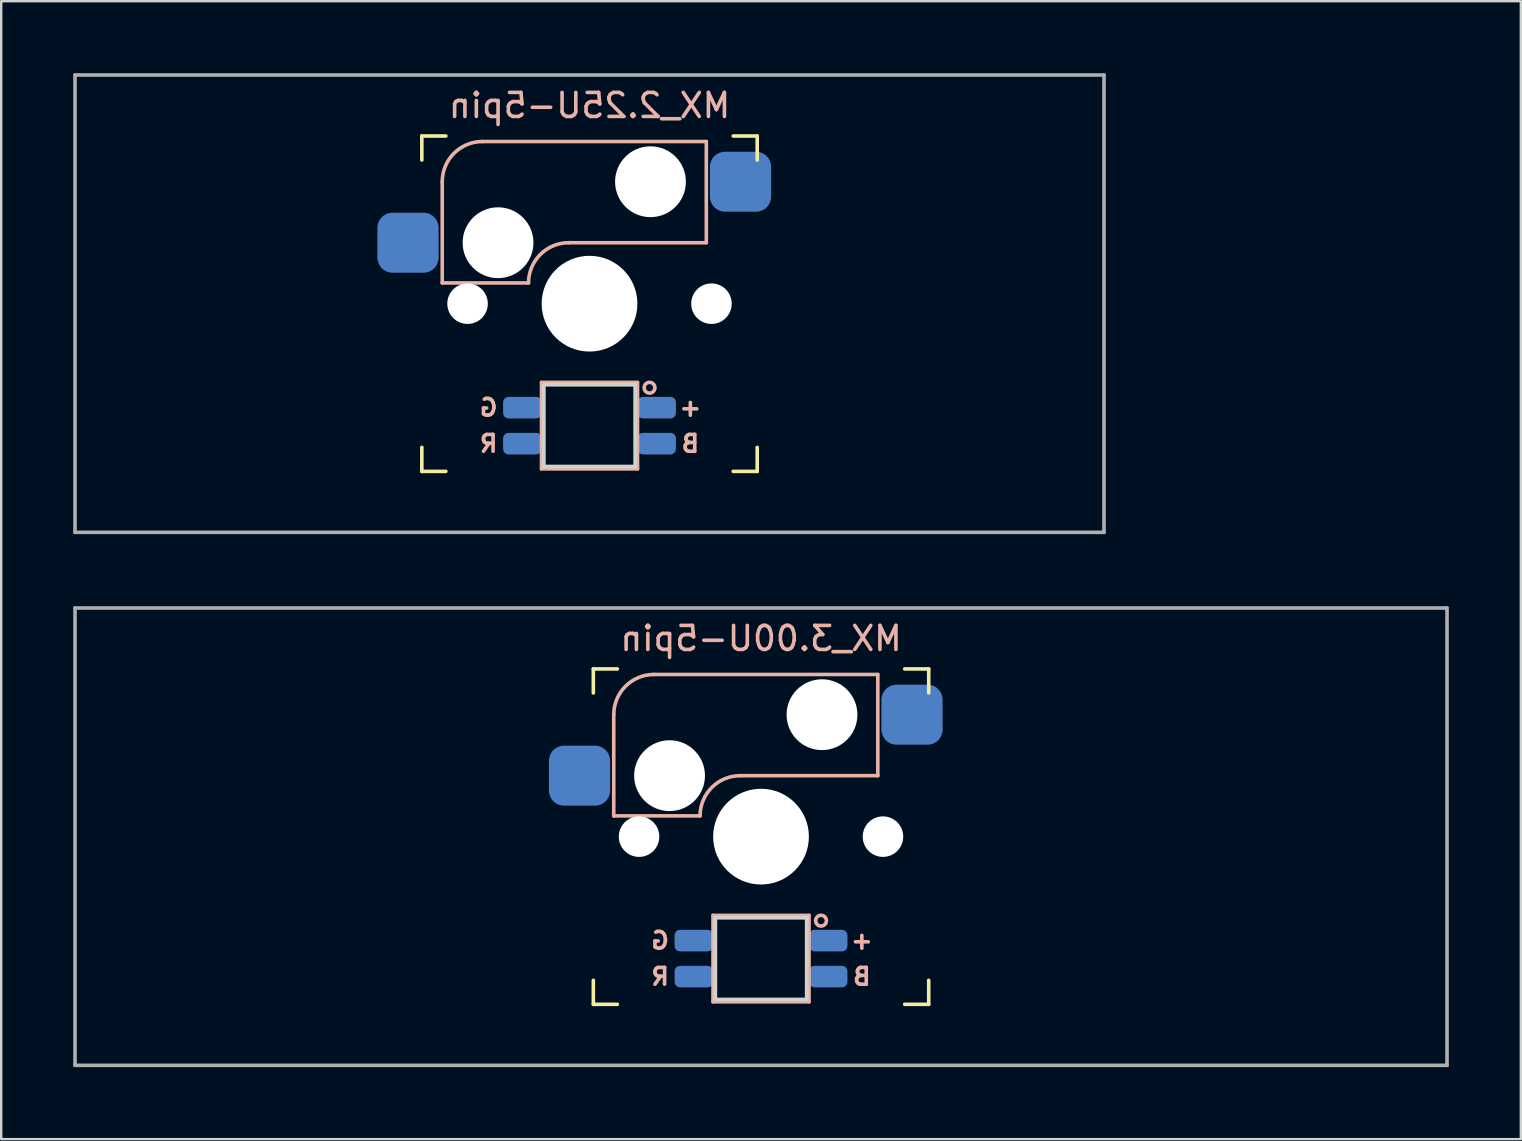
<source format=kicad_pcb>
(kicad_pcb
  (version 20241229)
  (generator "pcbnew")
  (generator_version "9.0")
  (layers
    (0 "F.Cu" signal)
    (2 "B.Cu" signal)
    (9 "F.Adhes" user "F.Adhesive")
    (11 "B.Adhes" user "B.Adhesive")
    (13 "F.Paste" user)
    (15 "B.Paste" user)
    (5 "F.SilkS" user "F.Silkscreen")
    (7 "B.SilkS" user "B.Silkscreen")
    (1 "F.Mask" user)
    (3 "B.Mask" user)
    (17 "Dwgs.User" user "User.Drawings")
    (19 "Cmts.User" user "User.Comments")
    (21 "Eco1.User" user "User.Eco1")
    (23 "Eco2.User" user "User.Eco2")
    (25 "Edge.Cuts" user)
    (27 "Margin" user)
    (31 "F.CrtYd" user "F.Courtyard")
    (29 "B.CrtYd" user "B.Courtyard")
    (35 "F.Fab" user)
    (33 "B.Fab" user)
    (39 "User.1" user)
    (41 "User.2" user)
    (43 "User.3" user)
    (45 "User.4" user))
  (footprint "MX_3.00U-5pin"
    (layer "F.Cu")
    (at 28.65 31.8)
    (property "Reference" "MX_3.00U-5pin" (at 0 -8.255 0) (layer "B.SilkS") (effects (font (size 1 1) (thickness 0.15)) (justify mirror)))
    (attr smd)
    (fp_line (start -6.985 -5.985) (end -6.985 -6.985) (stroke (width 0.15) (type solid)) (layer "F.SilkS"))
    (fp_line (start -6.985 6.985) (end -6.985 5.985) (stroke (width 0.15) (type solid)) (layer "F.SilkS"))
    (fp_line (start -6.985 6.985) (end -5.985 6.985) (stroke (width 0.15) (type solid)) (layer "F.SilkS"))
    (fp_line (start -5.985 -6.985) (end -6.985 -6.985) (stroke (width 0.15) (type solid)) (layer "F.SilkS"))
    (fp_line (start 5.985 6.985) (end 6.985 6.985) (stroke (width 0.15) (type solid)) (layer "F.SilkS"))
    (fp_line (start 6.985 -6.985) (end 5.985 -6.985) (stroke (width 0.15) (type solid)) (layer "F.SilkS"))
    (fp_line (start 6.985 -6.985) (end 6.985 -5.985) (stroke (width 0.15) (type solid)) (layer "F.SilkS"))
    (fp_line (start 6.985 5.985) (end 6.985 6.985) (stroke (width 0.15) (type solid)) (layer "F.SilkS"))
    (fp_line (start -6.135 -5.08) (end -6.135 -0.865) (stroke (width 0.15) (type solid)) (layer "B.SilkS"))
    (fp_line (start -6.135 -0.865) (end -2.54 -0.865) (stroke (width 0.15) (type solid)) (layer "B.SilkS"))
    (fp_line (start -4.46 -6.755) (end 4.865 -6.755) (stroke (width 0.15) (type solid)) (layer "B.SilkS"))
    (fp_line (start -2 3.28) (end -2 6.88) (stroke (width 0.15) (type solid)) (layer "B.SilkS"))
    (fp_line (start -2 6.88) (end 2 6.88) (stroke (width 0.15) (type solid)) (layer "B.SilkS"))
    (fp_line (start -0.865 -2.54) (end 4.865 -2.54) (stroke (width 0.15) (type solid)) (layer "B.SilkS"))
    (fp_line (start 2 3.28) (end -2 3.28) (stroke (width 0.15) (type solid)) (layer "B.SilkS"))
    (fp_line (start 2 6.88) (end 2 3.28) (stroke (width 0.15) (type solid)) (layer "B.SilkS"))
    (fp_line (start 4.865 -6.755) (end 4.865 -2.54) (stroke (width 0.15) (type solid)) (layer "B.SilkS"))
    (fp_arc (start -6.135 -5.08) (mid -5.644404 -6.264404) (end -4.46 -6.755) (stroke (width 0.15) (type solid)) (layer "B.SilkS"))
    (fp_arc (start -2.54 -0.865) (mid -2.049404 -2.049404) (end -0.865 -2.54) (stroke (width 0.15) (type solid)) (layer "B.SilkS"))
    (fp_circle (center 2.5 3.5) (end 2.724 3.5) (stroke (width 0.15) (type solid)) (fill no) (layer "B.SilkS"))
    (fp_line (start -6.985 6.985) (end -6.985 -6.985) (stroke (width 0.15) (type solid)) (layer "Eco2.User"))
    (fp_line (start -6.985 6.985) (end 6.985 6.985) (stroke (width 0.15) (type solid)) (layer "Eco2.User"))
    (fp_line (start 6.985 -6.985) (end -6.985 -6.985) (stroke (width 0.15) (type solid)) (layer "Eco2.User"))
    (fp_line (start 6.985 -6.985) (end 6.985 6.985) (stroke (width 0.15) (type solid)) (layer "Eco2.User"))
    (fp_line (start -1.9 3.38) (end -1.9 6.78) (stroke (width 0.15) (type solid)) (layer "Edge.Cuts"))
    (fp_line (start -1.9 3.38) (end 1.9 3.38) (stroke (width 0.15) (type solid)) (layer "Edge.Cuts"))
    (fp_line (start -1.9 6.78) (end 1.9 6.78) (stroke (width 0.15) (type solid)) (layer "Edge.Cuts"))
    (fp_line (start 1.9 3.38) (end 1.9 6.78) (stroke (width 0.15) (type solid)) (layer "Edge.Cuts"))
    (fp_line (start -28.575 -9.525) (end 28.575 -9.525) (stroke (width 0.15) (type solid)) (layer "F.Fab"))
    (fp_line (start -28.575 9.525) (end -28.575 -9.525) (stroke (width 0.15) (type solid)) (layer "F.Fab"))
    (fp_line (start 28.575 -9.525) (end 28.575 9.525) (stroke (width 0.15) (type solid)) (layer "F.Fab"))
    (fp_line (start 28.575 9.525) (end -28.575 9.525) (stroke (width 0.15) (type solid)) (layer "F.Fab"))
    (fp_text user "B" (at 4.2 5.83 0) (layer "B.SilkS") (effects (font (size 0.7 0.7) (thickness 0.15)) (justify mirror)))
    (fp_text user "+" (at 4.2 4.33 0) (layer "B.SilkS") (effects (font (size 0.7 0.7) (thickness 0.15)) (justify mirror)))
    (fp_text user "G" (at -4.2 4.33 0) (layer "B.SilkS") (effects (font (size 0.7 0.7) (thickness 0.15)) (justify mirror)))
    (fp_text user "R" (at -4.2 5.83 0) (layer "B.SilkS") (effects (font (size 0.7 0.7) (thickness 0.15)) (justify mirror)))
    (pad "" np_thru_hole circle (at -5.08 0) (size 1.688 1.688) (drill 1.688) (layers "*.Cu" "*.Mask"))
    (pad "" np_thru_hole circle (at -3.81 -2.54) (size 2.95 2.95) (drill 2.95) (layers "*.Cu" "*.Mask"))
    (pad "" np_thru_hole circle (at 0 0) (size 3.988 3.988) (drill 3.988) (layers "*.Cu" "*.Mask"))
    (pad "" np_thru_hole circle (at 2.54 -5.08) (size 2.95 2.95) (drill 2.95) (layers "*.Cu" "*.Mask"))
    (pad "" np_thru_hole circle (at 5.08 0) (size 1.688 1.688) (drill 1.688) (layers "*.Cu" "*.Mask"))
    (pad "1" smd roundrect (at 6.29 -5.08) (size 2.55 2.5) (layers "B.Cu" "B.Mask" "B.Paste") (roundrect_rratio 0.25))
    (pad "2" smd roundrect (at -7.56 -2.54) (size 2.55 2.5) (layers "B.Cu" "B.Mask" "B.Paste") (roundrect_rratio 0.25))
    (pad "3" smd roundrect (at 2.8 4.33) (size 1.6 0.9) (layers "B.Cu" "B.Mask" "B.Paste") (roundrect_rratio 0.25))
    (pad "4" smd roundrect (at -2.8 5.83) (size 1.6 0.9) (layers "B.Cu" "B.Mask" "B.Paste") (roundrect_rratio 0.25))
    (pad "5" smd roundrect (at -2.8 4.33) (size 1.6 0.9) (layers "B.Cu" "B.Mask" "B.Paste") (roundrect_rratio 0.25))
    (pad "6" smd roundrect (at 2.8 5.83) (size 1.6 0.9) (layers "B.Cu" "B.Mask" "B.Paste") (roundrect_rratio 0.25)))
  (footprint "MX_2.25U-5pin"
    (layer "F.Cu")
    (at 21.506 9.6)
    (property "Reference" "MX_2.25U-5pin" (at 0 -8.255 0) (layer "B.SilkS") (effects (font (size 1 1) (thickness 0.15)) (justify mirror)))
    (attr smd)
    (fp_line (start -6.985 -5.985) (end -6.985 -6.985) (stroke (width 0.15) (type solid)) (layer "F.SilkS"))
    (fp_line (start -6.985 6.985) (end -6.985 5.985) (stroke (width 0.15) (type solid)) (layer "F.SilkS"))
    (fp_line (start -6.985 6.985) (end -5.985 6.985) (stroke (width 0.15) (type solid)) (layer "F.SilkS"))
    (fp_line (start -5.985 -6.985) (end -6.985 -6.985) (stroke (width 0.15) (type solid)) (layer "F.SilkS"))
    (fp_line (start 5.985 6.985) (end 6.985 6.985) (stroke (width 0.15) (type solid)) (layer "F.SilkS"))
    (fp_line (start 6.985 -6.985) (end 5.985 -6.985) (stroke (width 0.15) (type solid)) (layer "F.SilkS"))
    (fp_line (start 6.985 -6.985) (end 6.985 -5.985) (stroke (width 0.15) (type solid)) (layer "F.SilkS"))
    (fp_line (start 6.985 5.985) (end 6.985 6.985) (stroke (width 0.15) (type solid)) (layer "F.SilkS"))
    (fp_line (start -6.135 -5.08) (end -6.135 -0.865) (stroke (width 0.15) (type solid)) (layer "B.SilkS"))
    (fp_line (start -6.135 -0.865) (end -2.54 -0.865) (stroke (width 0.15) (type solid)) (layer "B.SilkS"))
    (fp_line (start -4.46 -6.755) (end 4.865 -6.755) (stroke (width 0.15) (type solid)) (layer "B.SilkS"))
    (fp_line (start -2 3.28) (end -2 6.88) (stroke (width 0.15) (type solid)) (layer "B.SilkS"))
    (fp_line (start -2 6.88) (end 2 6.88) (stroke (width 0.15) (type solid)) (layer "B.SilkS"))
    (fp_line (start -0.865 -2.54) (end 4.865 -2.54) (stroke (width 0.15) (type solid)) (layer "B.SilkS"))
    (fp_line (start 2 3.28) (end -2 3.28) (stroke (width 0.15) (type solid)) (layer "B.SilkS"))
    (fp_line (start 2 6.88) (end 2 3.28) (stroke (width 0.15) (type solid)) (layer "B.SilkS"))
    (fp_line (start 4.865 -6.755) (end 4.865 -2.54) (stroke (width 0.15) (type solid)) (layer "B.SilkS"))
    (fp_arc (start -6.135 -5.08) (mid -5.644404 -6.264404) (end -4.46 -6.755) (stroke (width 0.15) (type solid)) (layer "B.SilkS"))
    (fp_arc (start -2.54 -0.865) (mid -2.049404 -2.049404) (end -0.865 -2.54) (stroke (width 0.15) (type solid)) (layer "B.SilkS"))
    (fp_circle (center 2.5 3.5) (end 2.724 3.5) (stroke (width 0.15) (type solid)) (fill no) (layer "B.SilkS"))
    (fp_line (start -6.985 6.985) (end -6.985 -6.985) (stroke (width 0.15) (type solid)) (layer "Eco2.User"))
    (fp_line (start -6.985 6.985) (end 6.985 6.985) (stroke (width 0.15) (type solid)) (layer "Eco2.User"))
    (fp_line (start 6.985 -6.985) (end -6.985 -6.985) (stroke (width 0.15) (type solid)) (layer "Eco2.User"))
    (fp_line (start 6.985 -6.985) (end 6.985 6.985) (stroke (width 0.15) (type solid)) (layer "Eco2.User"))
    (fp_line (start -1.9 3.38) (end -1.9 6.78) (stroke (width 0.15) (type solid)) (layer "Edge.Cuts"))
    (fp_line (start -1.9 3.38) (end 1.9 3.38) (stroke (width 0.15) (type solid)) (layer "Edge.Cuts"))
    (fp_line (start -1.9 6.78) (end 1.9 6.78) (stroke (width 0.15) (type solid)) (layer "Edge.Cuts"))
    (fp_line (start 1.9 3.38) (end 1.9 6.78) (stroke (width 0.15) (type solid)) (layer "Edge.Cuts"))
    (fp_line (start -21.431 -9.525) (end 21.431 -9.525) (stroke (width 0.15) (type solid)) (layer "F.Fab"))
    (fp_line (start -21.431 9.525) (end -21.431 -9.525) (stroke (width 0.15) (type solid)) (layer "F.Fab"))
    (fp_line (start 21.431 -9.525) (end 21.431 9.525) (stroke (width 0.15) (type solid)) (layer "F.Fab"))
    (fp_line (start 21.431 9.525) (end -21.431 9.525) (stroke (width 0.15) (type solid)) (layer "F.Fab"))
    (fp_text user "R" (at -4.2 5.83 0) (layer "B.SilkS") (effects (font (size 0.7 0.7) (thickness 0.15)) (justify mirror)))
    (fp_text user "G" (at -4.2 4.33 0) (layer "B.SilkS") (effects (font (size 0.7 0.7) (thickness 0.15)) (justify mirror)))
    (fp_text user "B" (at 4.2 5.83 0) (layer "B.SilkS") (effects (font (size 0.7 0.7) (thickness 0.15)) (justify mirror)))
    (fp_text user "+" (at 4.2 4.33 0) (layer "B.SilkS") (effects (font (size 0.7 0.7) (thickness 0.15)) (justify mirror)))
    (pad "" np_thru_hole circle (at -5.08 0) (size 1.688 1.688) (drill 1.688) (layers "*.Cu" "*.Mask"))
    (pad "" np_thru_hole circle (at -3.81 -2.54) (size 2.95 2.95) (drill 2.95) (layers "*.Cu" "*.Mask"))
    (pad "" np_thru_hole circle (at 0 0) (size 3.988 3.988) (drill 3.988) (layers "*.Cu" "*.Mask"))
    (pad "" np_thru_hole circle (at 2.54 -5.08) (size 2.95 2.95) (drill 2.95) (layers "*.Cu" "*.Mask"))
    (pad "" np_thru_hole circle (at 5.08 0) (size 1.688 1.688) (drill 1.688) (layers "*.Cu" "*.Mask"))
    (pad "1" smd roundrect (at 6.29 -5.08) (size 2.55 2.5) (layers "B.Cu" "B.Mask" "B.Paste") (roundrect_rratio 0.25))
    (pad "2" smd roundrect (at -7.56 -2.54) (size 2.55 2.5) (layers "B.Cu" "B.Mask" "B.Paste") (roundrect_rratio 0.25))
    (pad "3" smd roundrect (at 2.8 4.33) (size 1.6 0.9) (layers "B.Cu" "B.Mask" "B.Paste") (roundrect_rratio 0.25))
    (pad "4" smd roundrect (at -2.8 5.83) (size 1.6 0.9) (layers "B.Cu" "B.Mask" "B.Paste") (roundrect_rratio 0.25))
    (pad "5" smd roundrect (at -2.8 4.33) (size 1.6 0.9) (layers "B.Cu" "B.Mask" "B.Paste") (roundrect_rratio 0.25))
    (pad "6" smd roundrect (at 2.8 5.83) (size 1.6 0.9) (layers "B.Cu" "B.Mask" "B.Paste") (roundrect_rratio 0.25)))
  (gr_rect
    (start -3 -3)
    (end 60.3 44.4)
    (stroke (width 0.1) (type default))
    (fill no)
    (layer "Edge.Cuts")))
</source>
